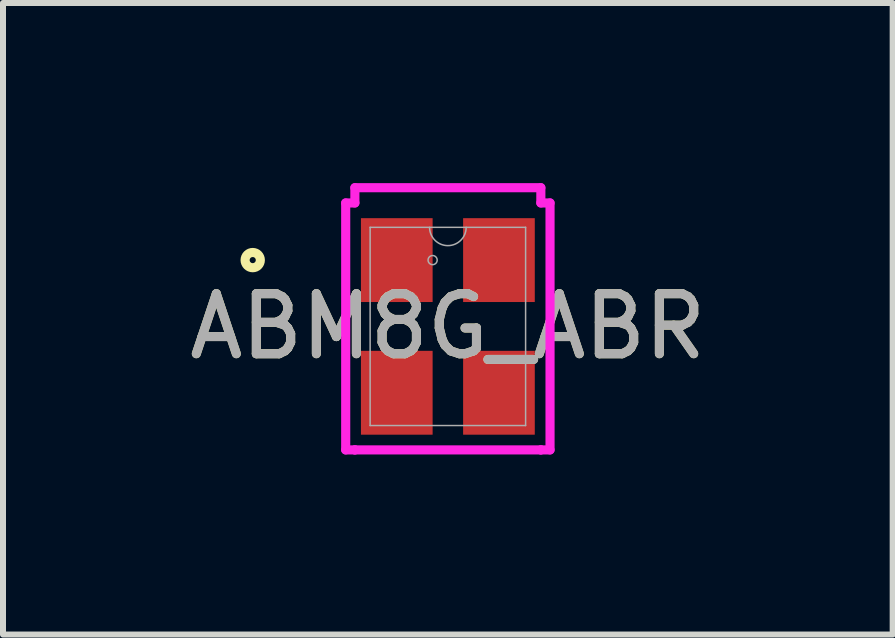
<source format=kicad_pcb>
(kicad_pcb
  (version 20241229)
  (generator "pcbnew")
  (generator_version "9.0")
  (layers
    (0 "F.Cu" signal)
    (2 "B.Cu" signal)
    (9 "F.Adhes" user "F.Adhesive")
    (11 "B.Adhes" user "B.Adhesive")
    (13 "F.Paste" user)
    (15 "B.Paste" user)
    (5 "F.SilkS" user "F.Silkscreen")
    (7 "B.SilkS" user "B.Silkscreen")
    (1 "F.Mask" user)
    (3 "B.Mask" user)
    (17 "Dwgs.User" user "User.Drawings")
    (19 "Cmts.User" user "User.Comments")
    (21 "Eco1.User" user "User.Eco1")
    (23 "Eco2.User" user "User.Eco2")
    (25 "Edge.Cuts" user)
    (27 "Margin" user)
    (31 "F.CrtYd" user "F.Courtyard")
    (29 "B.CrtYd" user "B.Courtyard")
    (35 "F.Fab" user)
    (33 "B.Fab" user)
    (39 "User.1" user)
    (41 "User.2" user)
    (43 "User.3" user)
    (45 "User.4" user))
  (footprint "ABM8G_ABR"
    (layer "F.Cu")
    (at 4.411 2.388)
    (property "Reference" "ABM8G_ABR" (at 0 0 0) (unlocked yes) (layer "F.SilkS") (effects (font (size 1 1) (thickness 0.15))))
    (attr smd)
    (fp_circle (center -3.251 -1.105) (end -3.124 -1.105) (stroke (width 0.152) (type solid)) (fill no) (layer "F.SilkS"))
    (fp_line (start -1.702 -2.057) (end -1.549 -2.057) (stroke (width 0.152) (type solid)) (layer "F.CrtYd"))
    (fp_line (start -1.702 2.057) (end -1.702 -2.057) (stroke (width 0.152) (type solid)) (layer "F.CrtYd"))
    (fp_line (start -1.702 2.057) (end -1.549 2.057) (stroke (width 0.152) (type solid)) (layer "F.CrtYd"))
    (fp_line (start -1.549 -2.311) (end 1.549 -2.311) (stroke (width 0.152) (type solid)) (layer "F.CrtYd"))
    (fp_line (start -1.549 -2.057) (end -1.549 -2.311) (stroke (width 0.152) (type solid)) (layer "F.CrtYd"))
    (fp_line (start -1.549 2.057) (end -1.549 2.057) (stroke (width 0.152) (type solid)) (layer "F.CrtYd"))
    (fp_line (start 1.549 -2.311) (end 1.549 -2.057) (stroke (width 0.152) (type solid)) (layer "F.CrtYd"))
    (fp_line (start 1.549 2.057) (end -1.549 2.057) (stroke (width 0.152) (type solid)) (layer "F.CrtYd"))
    (fp_line (start 1.549 2.057) (end 1.549 2.057) (stroke (width 0.152) (type solid)) (layer "F.CrtYd"))
    (fp_line (start 1.702 -2.057) (end 1.549 -2.057) (stroke (width 0.152) (type solid)) (layer "F.CrtYd"))
    (fp_line (start 1.702 -2.057) (end 1.702 2.057) (stroke (width 0.152) (type solid)) (layer "F.CrtYd"))
    (fp_line (start 1.702 2.057) (end 1.549 2.057) (stroke (width 0.152) (type solid)) (layer "F.CrtYd"))
    (fp_line (start -1.295 -1.651) (end -1.295 1.651) (stroke (width 0.025) (type solid)) (layer "F.Fab"))
    (fp_line (start -1.295 1.651) (end 1.295 1.651) (stroke (width 0.025) (type solid)) (layer "F.Fab"))
    (fp_line (start 1.295 -1.651) (end -1.295 -1.651) (stroke (width 0.025) (type solid)) (layer "F.Fab"))
    (fp_line (start 1.295 1.651) (end 1.295 -1.651) (stroke (width 0.025) (type solid)) (layer "F.Fab"))
    (fp_arc (start 0.3048 -1.651) (mid 0 -1.3462) (end -0.3048 -1.651) (stroke (width 0.0254) (type solid)) (layer "F.Fab"))
    (fp_circle (center -0.254 -1.105) (end -0.178 -1.105) (stroke (width 0.025) (type solid)) (fill no) (layer "F.Fab"))
    (fp_text user "${REFERENCE}" (at 0 0 0) (unlocked yes) (layer "F.Fab") (effects (font (size 1 1) (thickness 0.15))))
    (pad "1" smd rect (at -0.851 -1.105) (size 1.194 1.397) (layers "F.Cu" "F.Mask" "F.Paste"))
    (pad "2" smd rect (at -0.851 1.105) (size 1.194 1.397) (layers "F.Cu" "F.Mask" "F.Paste"))
    (pad "3" smd rect (at 0.851 1.105) (size 1.194 1.397) (layers "F.Cu" "F.Mask" "F.Paste"))
    (pad "4" smd rect (at 0.851 -1.105) (size 1.194 1.397) (layers "F.Cu" "F.Mask" "F.Paste")))
  (gr_rect
    (start -3 -3)
    (end 11.821 7.521)
    (stroke (width 0.1) (type default))
    (fill no)
    (layer "Edge.Cuts")))
</source>
